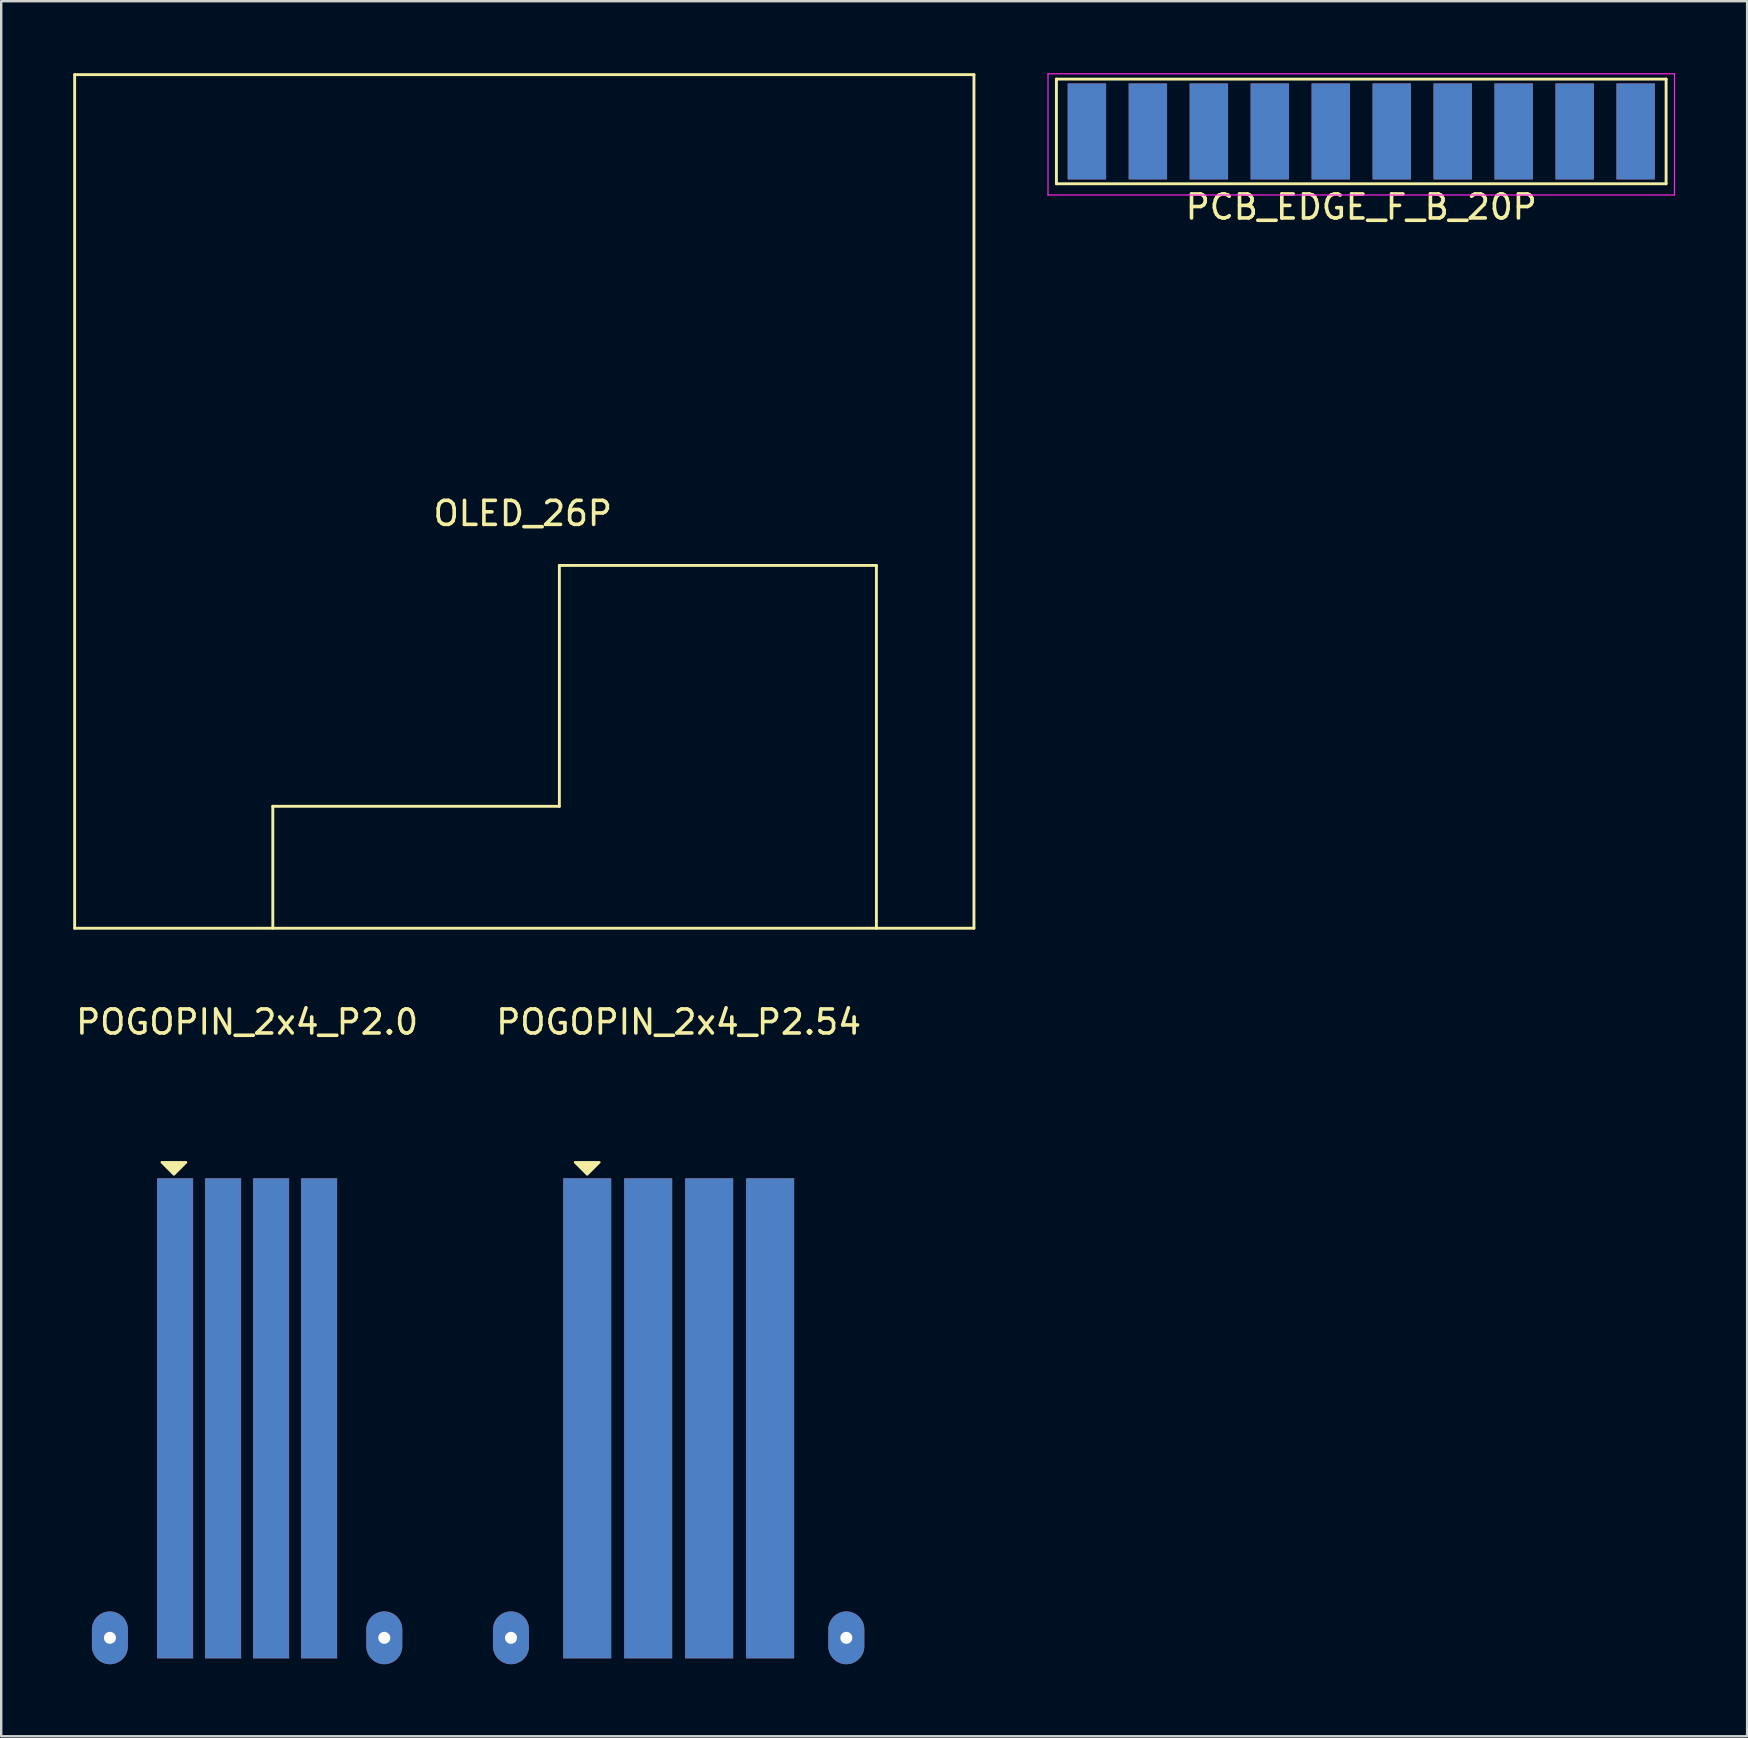
<source format=kicad_pcb>
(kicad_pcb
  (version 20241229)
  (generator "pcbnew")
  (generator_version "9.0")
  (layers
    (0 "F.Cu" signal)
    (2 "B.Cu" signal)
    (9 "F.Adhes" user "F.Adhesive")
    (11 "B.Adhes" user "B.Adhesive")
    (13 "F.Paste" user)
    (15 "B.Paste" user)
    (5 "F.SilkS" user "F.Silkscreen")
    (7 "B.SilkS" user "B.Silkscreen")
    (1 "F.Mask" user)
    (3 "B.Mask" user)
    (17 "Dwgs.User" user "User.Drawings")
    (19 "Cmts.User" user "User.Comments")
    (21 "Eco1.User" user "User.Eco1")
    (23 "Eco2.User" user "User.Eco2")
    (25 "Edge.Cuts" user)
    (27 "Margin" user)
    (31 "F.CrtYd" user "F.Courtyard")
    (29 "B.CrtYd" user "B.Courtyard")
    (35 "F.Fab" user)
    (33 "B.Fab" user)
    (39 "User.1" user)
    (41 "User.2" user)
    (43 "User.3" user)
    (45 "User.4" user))
  (footprint "OLED_26P"
    (layer "F.Cu")
    (at 18.729 17.84)
    (property "Reference" "OLED_26P" (at 0 0.5 0) (layer "F.SilkS") (effects (font (size 1 1) (thickness 0.15))))
    (attr through_hole)
    (fp_line (start -18.669 -17.78) (end 18.796 -17.78) (stroke (width 0.12) (type solid)) (layer "F.SilkS"))
    (fp_line (start -18.669 17.78) (end -18.669 -17.78) (stroke (width 0.12) (type solid)) (layer "F.SilkS"))
    (fp_line (start -10.414 12.7) (end -10.414 17.78) (stroke (width 0.12) (type solid)) (layer "F.SilkS"))
    (fp_line (start 1.524 2.667) (end 1.524 12.7) (stroke (width 0.12) (type solid)) (layer "F.SilkS"))
    (fp_line (start 1.524 12.7) (end -10.414 12.7) (stroke (width 0.12) (type solid)) (layer "F.SilkS"))
    (fp_line (start 14.732 2.667) (end 1.524 2.667) (stroke (width 0.12) (type solid)) (layer "F.SilkS"))
    (fp_line (start 14.732 17.78) (end 14.732 2.667) (stroke (width 0.12) (type solid)) (layer "F.SilkS"))
    (fp_line (start 18.796 -17.78) (end 18.796 17.78) (stroke (width 0.12) (type solid)) (layer "F.SilkS"))
    (fp_line (start 18.796 17.78) (end -18.669 17.78) (stroke (width 0.12) (type solid)) (layer "F.SilkS")))
  (footprint "POGOPIN_2x4_P2.54"
    (layer "F.Cu")
    (at 25.223 45.878)
    (property "Reference" "POGOPIN_2x4_P2.54" (at 0 -6.35 0) (layer "F.SilkS") (effects (font (size 1 1) (thickness 0.15))))
    (attr through_hole)
    (fp_poly (pts (xy -3.81 0) (xy -4.318 -0.508) (xy -3.302 -0.508)) (stroke (width 0.1) (type solid)) (fill yes) (layer "F.SilkS"))
    (pad "" thru_hole oval (at -6.985 19.304) (size 1.5 2.2) (drill 0.5) (layers "*.Cu" "*.Mask"))
    (pad "" thru_hole oval (at 6.985 19.304) (size 1.5 2.2) (drill 0.5) (layers "*.Cu" "*.Mask"))
    (pad "1" smd rect (at -3.81 10.16) (size 2 20) (layers "F.Cu" "F.Mask" "F.Paste"))
    (pad "2" smd rect (at -3.81 10.16) (size 2 20) (layers "B.Cu" "B.Mask" "B.Paste"))
    (pad "3" smd rect (at -1.27 10.16) (size 2 20) (layers "F.Cu" "F.Mask" "F.Paste"))
    (pad "4" smd rect (at -1.27 10.16) (size 2 20) (layers "B.Cu" "B.Mask" "B.Paste"))
    (pad "5" smd rect (at 1.27 10.16) (size 2 20) (layers "F.Cu" "F.Mask" "F.Paste"))
    (pad "6" smd rect (at 1.27 10.16) (size 2 20) (layers "B.Cu" "B.Mask" "B.Paste"))
    (pad "7" smd rect (at 3.81 10.16) (size 2 20) (layers "F.Cu" "F.Mask" "F.Paste"))
    (pad "8" smd rect (at 3.81 10.16) (size 2 20) (layers "B.Cu" "B.Mask" "B.Paste")))
  (footprint "POGOPIN_2x4_P2.0"
    (layer "F.Cu")
    (at 7.244 45.878)
    (property "Reference" "POGOPIN_2x4_P2.0" (at 0 -6.35 0) (layer "F.SilkS") (effects (font (size 1 1) (thickness 0.15))))
    (attr through_hole)
    (fp_poly (pts (xy -3.048 0) (xy -3.556 -0.508) (xy -2.54 -0.508)) (stroke (width 0.1) (type solid)) (fill yes) (layer "F.SilkS"))
    (pad "" thru_hole oval (at -5.715 19.304) (size 1.5 2.2) (drill 0.5) (layers "*.Cu" "*.Mask"))
    (pad "" thru_hole oval (at 5.715 19.304) (size 1.5 2.2) (drill 0.5) (layers "*.Cu" "*.Mask"))
    (pad "1" smd rect (at -3 10.16) (size 1.5 20) (layers "F.Cu" "F.Mask" "F.Paste"))
    (pad "2" smd rect (at -3 10.16) (size 1.5 20) (layers "B.Cu" "B.Mask" "B.Paste"))
    (pad "3" smd rect (at -1 10.16) (size 1.5 20) (layers "F.Cu" "F.Mask" "F.Paste"))
    (pad "4" smd rect (at -1 10.16) (size 1.5 20) (layers "B.Cu" "B.Mask" "B.Paste"))
    (pad "5" smd rect (at 1 10.16) (size 1.5 20) (layers "F.Cu" "F.Mask" "F.Paste"))
    (pad "6" smd rect (at 1 10.16) (size 1.5 20) (layers "B.Cu" "B.Mask" "B.Paste"))
    (pad "7" smd rect (at 3 10.16) (size 1.5 20) (layers "F.Cu" "F.Mask" "F.Paste"))
    (pad "8" smd rect (at 3 10.16) (size 1.5 20) (layers "B.Cu" "B.Mask" "B.Paste")))
  (footprint "PCB_EDGE_F_B_20P"
    (layer "F.Cu")
    (at 53.66 2.425)
    (property "Reference" "PCB_EDGE_F_B_20P" (at 0 3.15 0) (layer "F.SilkS") (effects (font (size 1 1) (thickness 0.15))))
    (attr smd)
    (fp_line (start -12.7 -2.18) (end 12.7 -2.18) (stroke (width 0.12) (type solid)) (layer "F.SilkS"))
    (fp_line (start -12.7 2.18) (end -12.7 -2.18) (stroke (width 0.12) (type solid)) (layer "F.SilkS"))
    (fp_line (start -12.7 2.18) (end 12.7 2.18) (stroke (width 0.12) (type solid)) (layer "F.SilkS"))
    (fp_line (start 12.7 2.18) (end 12.7 -2.18) (stroke (width 0.12) (type solid)) (layer "F.SilkS"))
    (fp_line (start -13.05 -2.4) (end -13.05 2.65) (stroke (width 0.05) (type solid)) (layer "F.CrtYd"))
    (fp_line (start -13.05 -2.4) (end 13.05 -2.4) (stroke (width 0.05) (type solid)) (layer "F.CrtYd"))
    (fp_line (start -13.05 2.65) (end 13.05 2.65) (stroke (width 0.05) (type solid)) (layer "F.CrtYd"))
    (fp_line (start 13.05 -2.4) (end 13.05 2.65) (stroke (width 0.05) (type solid)) (layer "F.CrtYd"))
    (pad "1" smd rect (at -11.43 0) (size 1.6 4) (layers "F.Cu" "F.Mask" "F.Paste"))
    (pad "2" smd rect (at -8.89 0) (size 1.6 4) (layers "F.Cu" "F.Mask" "F.Paste"))
    (pad "3" smd rect (at -6.35 0) (size 1.6 4) (layers "F.Cu" "F.Mask" "F.Paste"))
    (pad "4" smd rect (at -3.81 0) (size 1.6 4) (layers "F.Cu" "F.Mask" "F.Paste"))
    (pad "5" smd rect (at -1.27 0) (size 1.6 4) (layers "F.Cu" "F.Mask" "F.Paste"))
    (pad "6" smd rect (at 1.27 0) (size 1.6 4) (layers "F.Cu" "F.Mask" "F.Paste"))
    (pad "7" smd rect (at 3.81 0) (size 1.6 4) (layers "F.Cu" "F.Mask" "F.Paste"))
    (pad "8" smd rect (at 6.35 0) (size 1.6 4) (layers "F.Cu" "F.Mask" "F.Paste"))
    (pad "9" smd rect (at 8.89 0) (size 1.6 4) (layers "F.Cu" "F.Mask" "F.Paste"))
    (pad "10" smd rect (at 11.43 0) (size 1.6 4) (layers "F.Cu" "F.Mask" "F.Paste"))
    (pad "11" smd rect (at 11.43 0 180) (size 1.6 4) (layers "B.Cu" "B.Mask" "B.Paste"))
    (pad "12" smd rect (at 8.89 0 180) (size 1.6 4) (layers "B.Cu" "B.Mask" "B.Paste"))
    (pad "13" smd rect (at 6.35 0 180) (size 1.6 4) (layers "B.Cu" "B.Mask" "B.Paste"))
    (pad "14" smd rect (at 3.81 0 180) (size 1.6 4) (layers "B.Cu" "B.Mask" "B.Paste"))
    (pad "15" smd rect (at 1.27 0 180) (size 1.6 4) (layers "B.Cu" "B.Mask" "B.Paste"))
    (pad "16" smd rect (at -1.27 0 180) (size 1.6 4) (layers "B.Cu" "B.Mask" "B.Paste"))
    (pad "17" smd rect (at -3.81 0 180) (size 1.6 4) (layers "B.Cu" "B.Mask" "B.Paste"))
    (pad "18" smd rect (at -6.35 0 180) (size 1.6 4) (layers "B.Cu" "B.Mask" "B.Paste"))
    (pad "19" smd rect (at -8.89 0 180) (size 1.6 4) (layers "B.Cu" "B.Mask" "B.Paste"))
    (pad "20" smd rect (at -11.43 0 180) (size 1.6 4) (layers "B.Cu" "B.Mask" "B.Paste")))
  (gr_rect
    (start -3 -3)
    (end 69.735 69.282)
    (stroke (width 0.1) (type default))
    (fill no)
    (layer "Edge.Cuts")))
</source>
